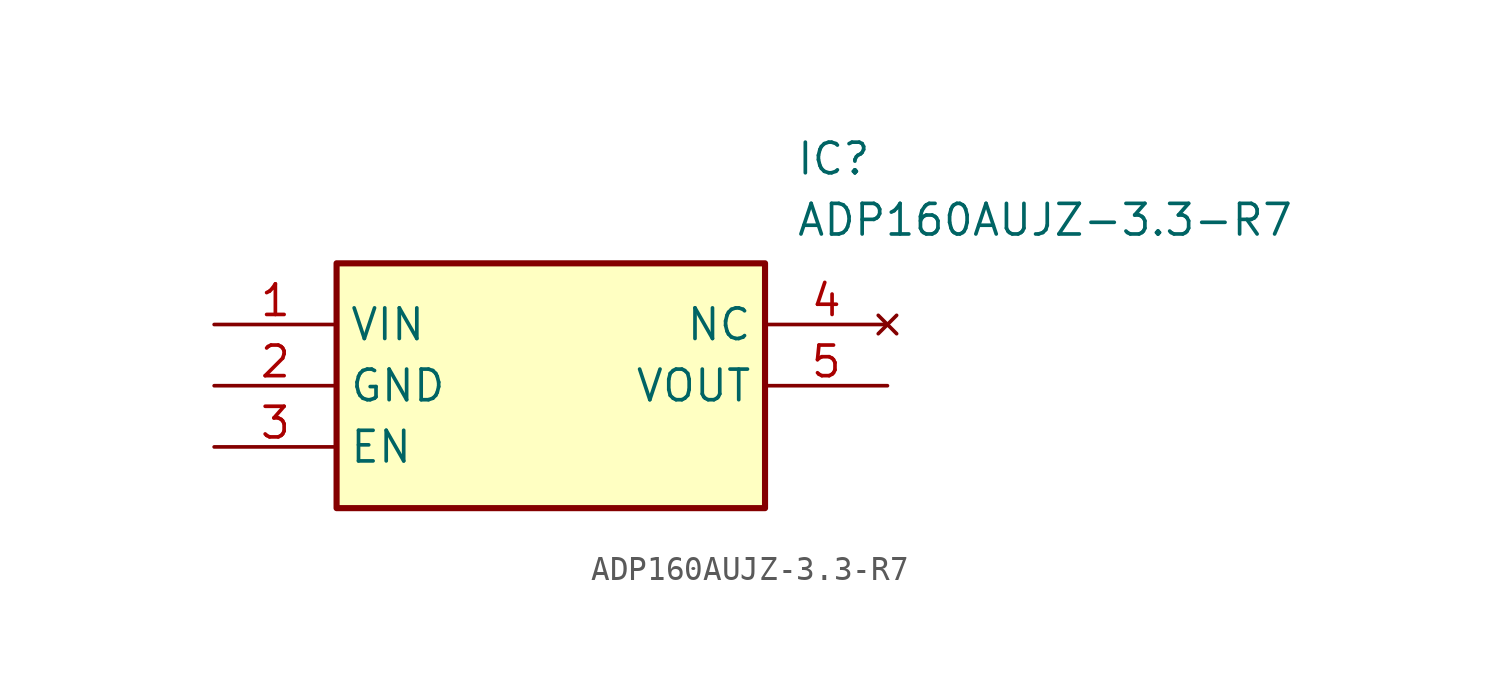
<source format=kicad_sym>
(kicad_symbol_lib
  (version 20211014)
  (generator SamacSys_ECAD_Model)
  (symbol "ADP160AUJZ-3.3-R7"
    (property "Reference" "IC"
      (at 24.13 7.62 0)
      (effects (font (size 1.27 1.27)) (justify left top)))
    (property "Value" "ADP160AUJZ-3.3-R7"
      (at 24.13 5.08 0)
      (effects (font (size 1.27 1.27)) (justify left top)))
    (rectangle
      (start 5.08 2.54)
      (end 22.86 -7.62)
      (stroke (width 0.254) (type default))
      (fill (type background)))
    (pin passive line
      (at 0 0 0)
      (length 5.08)
      (name "VIN" (effects (font (size 1.27 1.27))))
      (number "1" (effects (font (size 1.27 1.27)))))
    (pin passive line
      (at 0 -2.54 0)
      (length 5.08)
      (name "GND" (effects (font (size 1.27 1.27))))
      (number "2" (effects (font (size 1.27 1.27)))))
    (pin passive line
      (at 0 -5.08 0)
      (length 5.08)
      (name "EN" (effects (font (size 1.27 1.27))))
      (number "3" (effects (font (size 1.27 1.27)))))
    (pin no_connect line
      (at 27.94 0 180)
      (length 5.08)
      (name "NC" (effects (font (size 1.27 1.27))))
      (number "4" (effects (font (size 1.27 1.27)))))
    (pin passive line
      (at 27.94 -2.54 180)
      (length 5.08)
      (name "VOUT" (effects (font (size 1.27 1.27))))
      (number "5" (effects (font (size 1.27 1.27)))))))
</source>
